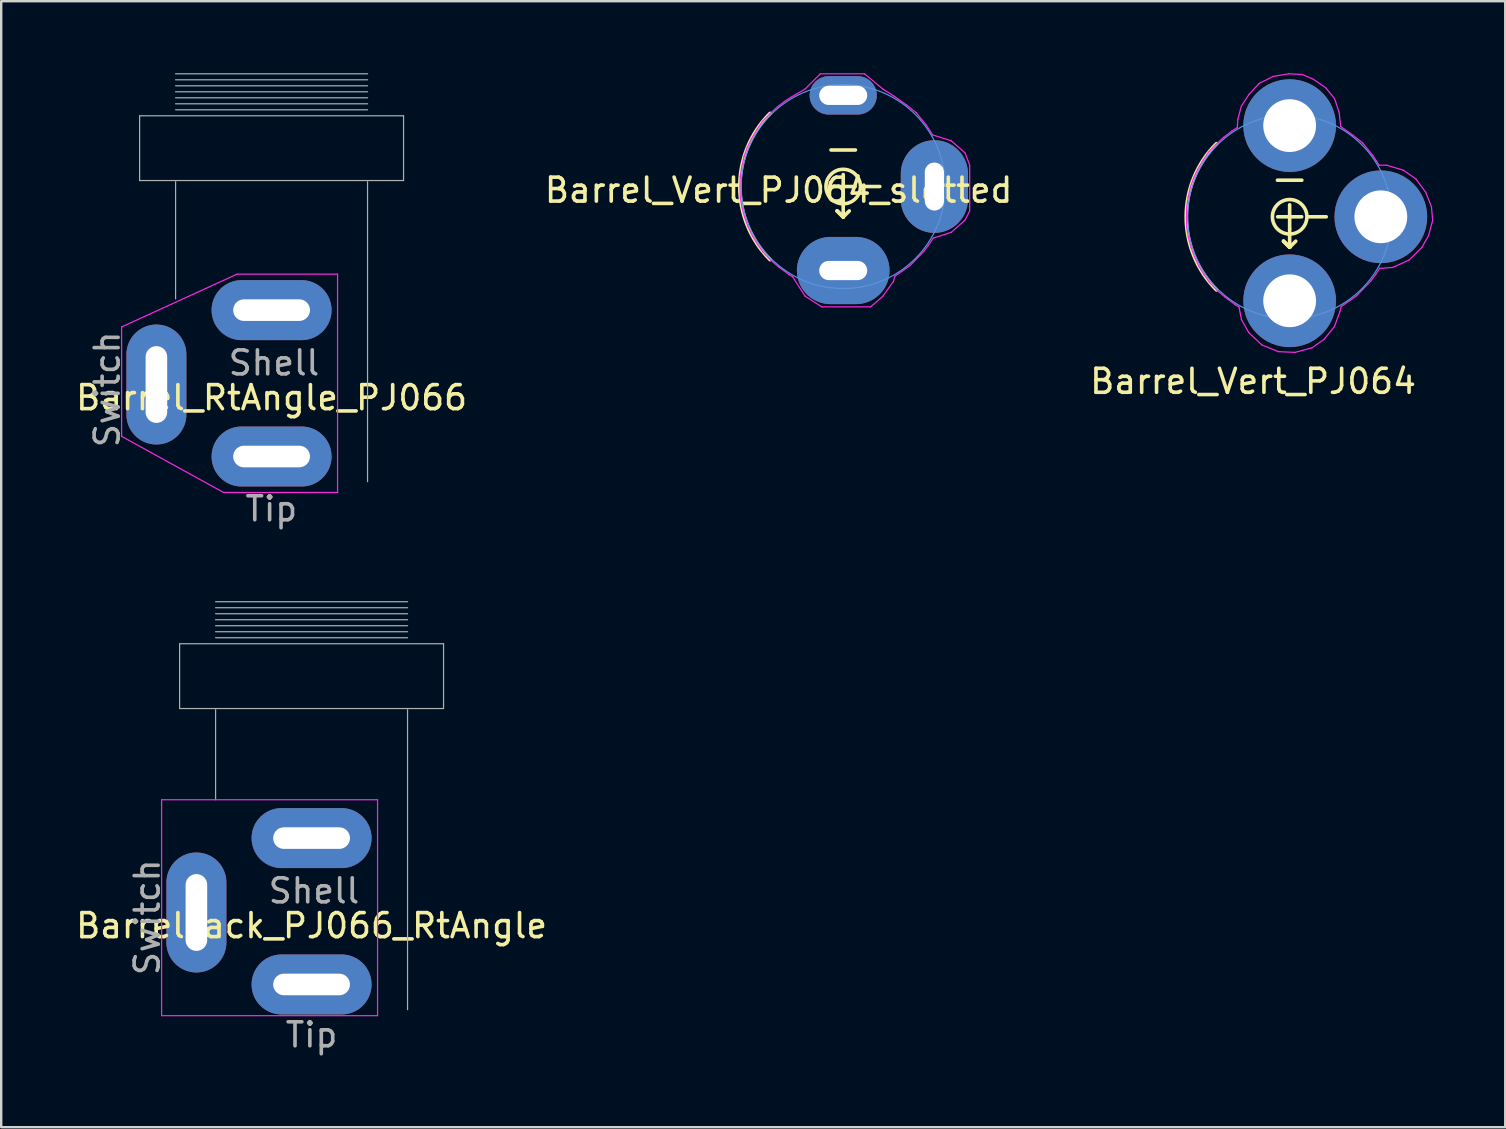
<source format=kicad_pcb>
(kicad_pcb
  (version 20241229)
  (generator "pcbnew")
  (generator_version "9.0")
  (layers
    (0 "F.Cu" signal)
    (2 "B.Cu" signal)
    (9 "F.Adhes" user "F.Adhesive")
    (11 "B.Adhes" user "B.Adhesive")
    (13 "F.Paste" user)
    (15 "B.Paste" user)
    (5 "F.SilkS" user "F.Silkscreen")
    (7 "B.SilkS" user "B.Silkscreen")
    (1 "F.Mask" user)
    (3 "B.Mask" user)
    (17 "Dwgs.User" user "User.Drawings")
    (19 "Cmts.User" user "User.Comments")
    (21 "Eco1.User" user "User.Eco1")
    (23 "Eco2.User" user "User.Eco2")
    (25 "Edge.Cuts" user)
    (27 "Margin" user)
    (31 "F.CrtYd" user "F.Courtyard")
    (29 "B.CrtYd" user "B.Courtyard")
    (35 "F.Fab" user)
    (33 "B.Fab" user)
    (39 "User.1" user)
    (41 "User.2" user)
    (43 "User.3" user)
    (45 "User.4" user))
  (footprint "BarrelJack_PJ066_RtAngle"
    (layer "F.Cu")
    (at 9.935 23.778)
    (property "Reference" "BarrelJack_PJ066_RtAngle" (at 0 11.75 0) (layer "F.SilkS") (effects (font (size 1 1) (thickness 0.15))))
    (attr through_hole)
    (fp_line (start -6.25 6.5) (end 2.75 6.5) (stroke (width 0.05) (type solid)) (layer "F.CrtYd"))
    (fp_line (start -6.25 15.5) (end -6.25 6.5) (stroke (width 0.05) (type solid)) (layer "F.CrtYd"))
    (fp_line (start 2.75 6.5) (end 2.75 15.5) (stroke (width 0.05) (type solid)) (layer "F.CrtYd"))
    (fp_line (start 2.75 15.5) (end -6.25 15.5) (stroke (width 0.05) (type solid)) (layer "F.CrtYd"))
    (fp_line (start -5.5 0) (end -5.5 2.7) (stroke (width 0.05) (type solid)) (layer "F.Fab"))
    (fp_line (start -5.5 0) (end 5.5 0) (stroke (width 0.05) (type solid)) (layer "F.Fab"))
    (fp_line (start -5.5 2.7) (end 5.5 2.7) (stroke (width 0.05) (type solid)) (layer "F.Fab"))
    (fp_line (start -4 -1.75) (end 4 -1.75) (stroke (width 0.05) (type solid)) (layer "F.Fab"))
    (fp_line (start -4 -1.5) (end 4 -1.5) (stroke (width 0.05) (type solid)) (layer "F.Fab"))
    (fp_line (start -4 -1.25) (end 4 -1.25) (stroke (width 0.05) (type solid)) (layer "F.Fab"))
    (fp_line (start -4 -1) (end 4 -1) (stroke (width 0.05) (type solid)) (layer "F.Fab"))
    (fp_line (start -4 -0.75) (end 4 -0.75) (stroke (width 0.05) (type solid)) (layer "F.Fab"))
    (fp_line (start -4 -0.5) (end 4 -0.5) (stroke (width 0.05) (type solid)) (layer "F.Fab"))
    (fp_line (start -4 -0.25) (end 4 -0.25) (stroke (width 0.05) (type solid)) (layer "F.Fab"))
    (fp_line (start -4 2.75) (end -4 6.5) (stroke (width 0.05) (type solid)) (layer "F.Fab"))
    (fp_line (start 4 2.75) (end 4 15.25) (stroke (width 0.05) (type solid)) (layer "F.Fab"))
    (fp_line (start 5.5 0) (end 5.5 2.7) (stroke (width 0.05) (type solid)) (layer "F.Fab"))
    (fp_text user "Switch" (at -6.85 11.4 90) (layer "F.Fab") (effects (font (size 1 1) (thickness 0.15))))
    (fp_text user "Tip" (at 0 16.3 0) (layer "F.Fab") (effects (font (size 1 1) (thickness 0.15))))
    (fp_text user "Shell" (at 0.1 10.3 0) (layer "F.Fab") (effects (font (size 1 1) (thickness 0.15))))
    (pad "1" thru_hole oval (at 0 8.1) (size 5 2.5) (drill oval 3.2 0.9) (layers "*.Cu" "*.Mask"))
    (pad "2" thru_hole oval (at 0 14.2) (size 5 2.5) (drill oval 3.2 0.9) (layers "*.Cu" "*.Mask"))
    (pad "3" thru_hole oval (at -4.8 11.2 90) (size 5 2.5) (drill oval 3.2 0.9) (layers "*.Cu" "*.Mask")))
  (footprint "Barrel_RtAngle_PJ066"
    (layer "F.Cu")
    (at 8.268 1.775)
    (property "Reference" "Barrel_RtAngle_PJ066" (at 0 11.75 0) (layer "F.SilkS") (effects (font (size 1 1) (thickness 0.15))))
    (attr through_hole)
    (fp_line (start -6.25 8.8) (end -1.44 6.6) (stroke (width 0.05) (type solid)) (layer "F.CrtYd"))
    (fp_line (start -6.25 13.36) (end -6.25 8.8) (stroke (width 0.05) (type solid)) (layer "F.CrtYd"))
    (fp_line (start -2 15.7) (end -6.25 13.36) (stroke (width 0.05) (type solid)) (layer "F.CrtYd"))
    (fp_line (start -1.44 6.6) (end 2.75 6.6) (stroke (width 0.05) (type solid)) (layer "F.CrtYd"))
    (fp_line (start 2.75 6.6) (end 2.75 15.7) (stroke (width 0.05) (type solid)) (layer "F.CrtYd"))
    (fp_line (start 2.75 15.7) (end -2 15.7) (stroke (width 0.05) (type solid)) (layer "F.CrtYd"))
    (fp_line (start -5.5 0) (end -5.5 2.7) (stroke (width 0.05) (type solid)) (layer "F.Fab"))
    (fp_line (start -5.5 0) (end 5.5 0) (stroke (width 0.05) (type solid)) (layer "F.Fab"))
    (fp_line (start -5.5 2.7) (end 5.5 2.7) (stroke (width 0.05) (type solid)) (layer "F.Fab"))
    (fp_line (start -4 -1.75) (end 4 -1.75) (stroke (width 0.05) (type solid)) (layer "F.Fab"))
    (fp_line (start -4 -1.5) (end 4 -1.5) (stroke (width 0.05) (type solid)) (layer "F.Fab"))
    (fp_line (start -4 -1.25) (end 4 -1.25) (stroke (width 0.05) (type solid)) (layer "F.Fab"))
    (fp_line (start -4 -1) (end 4 -1) (stroke (width 0.05) (type solid)) (layer "F.Fab"))
    (fp_line (start -4 -0.75) (end 4 -0.75) (stroke (width 0.05) (type solid)) (layer "F.Fab"))
    (fp_line (start -4 -0.5) (end 4 -0.5) (stroke (width 0.05) (type solid)) (layer "F.Fab"))
    (fp_line (start -4 -0.25) (end 4 -0.25) (stroke (width 0.05) (type solid)) (layer "F.Fab"))
    (fp_line (start -4 2.75) (end -4 7.63) (stroke (width 0.05) (type solid)) (layer "F.Fab"))
    (fp_line (start 4 2.75) (end 4 15.25) (stroke (width 0.05) (type solid)) (layer "F.Fab"))
    (fp_line (start 5.5 0) (end 5.5 2.7) (stroke (width 0.05) (type solid)) (layer "F.Fab"))
    (fp_text user "Shell" (at 0.1 10.3 0) (layer "F.Fab") (effects (font (size 1 1) (thickness 0.15))))
    (fp_text user "Tip" (at -0.01 16.38 0) (layer "F.Fab") (effects (font (size 1 1) (thickness 0.15))))
    (fp_text user "Switch" (at -6.85 11.4 90) (layer "F.Fab") (effects (font (size 1 1) (thickness 0.15))))
    (pad "1" thru_hole oval (at 0 8.1) (size 5 2.5) (drill oval 3.2 0.9) (layers "*.Cu" "*.Mask"))
    (pad "2" thru_hole oval (at 0 14.2) (size 5 2.5) (drill oval 3.2 0.9) (layers "*.Cu" "*.Mask"))
    (pad "3" thru_hole oval (at -4.8 11.2 90) (size 5 2.5) (drill oval 3.2 0.9) (layers "*.Cu" "*.Mask")))
  (footprint "Barrel_Vert_PJ064_slotted"
    (layer "F.Cu")
    (at 32.091 4.724)
    (property "Reference" "Barrel_Vert_PJ064_slotted" (at -2.692 0.152 0) (layer "F.SilkS") (effects (font (size 1 1) (thickness 0.15))))
    (attr smd)
    (fp_line (start -0.508 -1.524) (end 0.508 -1.524) (stroke (width 0.15) (type solid)) (layer "F.SilkS"))
    (fp_line (start -0.254 1.016) (end 0 1.27) (stroke (width 0.15) (type solid)) (layer "F.SilkS"))
    (fp_line (start 0 0.5) (end 0 -0.5) (stroke (width 0.15) (type solid)) (layer "F.SilkS"))
    (fp_line (start 0 0.508) (end 0 1.27) (stroke (width 0.15) (type solid)) (layer "F.SilkS"))
    (fp_line (start 0 1.27) (end -0.254 1.016) (stroke (width 0.15) (type solid)) (layer "F.SilkS"))
    (fp_line (start 0 1.27) (end -0.254 1.016) (stroke (width 0.15) (type solid)) (layer "F.SilkS"))
    (fp_line (start 0 1.27) (end 0.254 1.016) (stroke (width 0.15) (type solid)) (layer "F.SilkS"))
    (fp_line (start 0.5 0) (end -0.5 0) (stroke (width 0.15) (type solid)) (layer "F.SilkS"))
    (fp_line (start 0.762 0) (end 1.524 0) (stroke (width 0.15) (type solid)) (layer "F.SilkS"))
    (fp_arc (start -3.048 3.048) (mid -4.310523 0) (end -3.048 -3.048) (stroke (width 0.15) (type solid)) (layer "F.SilkS"))
    (fp_circle (center 0 0) (end -0.508 -0.508) (stroke (width 0.15) (type solid)) (fill no) (layer "F.SilkS"))
    (fp_circle (center 0 0) (end -4.25 0) (stroke (width 0.05) (type solid)) (fill no) (layer "Cmts.User"))
    (fp_line (start -4.3 0.02) (end -4.29 0.44) (stroke (width 0.05) (type solid)) (layer "F.CrtYd"))
    (fp_line (start -4.29 -0.41) (end -4.3 0.02) (stroke (width 0.05) (type solid)) (layer "F.CrtYd"))
    (fp_line (start -4.29 0.44) (end -4.22 0.86) (stroke (width 0.05) (type solid)) (layer "F.CrtYd"))
    (fp_line (start -4.23 -0.81) (end -4.29 -0.41) (stroke (width 0.05) (type solid)) (layer "F.CrtYd"))
    (fp_line (start -4.22 0.86) (end -4.11 1.28) (stroke (width 0.05) (type solid)) (layer "F.CrtYd"))
    (fp_line (start -4.13 -1.26) (end -4.23 -0.81) (stroke (width 0.05) (type solid)) (layer "F.CrtYd"))
    (fp_line (start -4.11 1.28) (end -3.97 1.66) (stroke (width 0.05) (type solid)) (layer "F.CrtYd"))
    (fp_line (start -4 -1.62) (end -4.13 -1.26) (stroke (width 0.05) (type solid)) (layer "F.CrtYd"))
    (fp_line (start -3.97 1.66) (end -3.78 2.07) (stroke (width 0.05) (type solid)) (layer "F.CrtYd"))
    (fp_line (start -3.83 -1.98) (end -4 -1.62) (stroke (width 0.05) (type solid)) (layer "F.CrtYd"))
    (fp_line (start -3.78 2.07) (end -3.57 2.41) (stroke (width 0.05) (type solid)) (layer "F.CrtYd"))
    (fp_line (start -3.6 -2.37) (end -3.83 -1.98) (stroke (width 0.05) (type solid)) (layer "F.CrtYd"))
    (fp_line (start -3.57 2.41) (end -3.35 2.72) (stroke (width 0.05) (type solid)) (layer "F.CrtYd"))
    (fp_line (start -3.36 -2.72) (end -3.6 -2.37) (stroke (width 0.05) (type solid)) (layer "F.CrtYd"))
    (fp_line (start -3.35 2.72) (end -3.01 3.08) (stroke (width 0.05) (type solid)) (layer "F.CrtYd"))
    (fp_line (start -3.05 -3.04) (end -3.36 -2.72) (stroke (width 0.05) (type solid)) (layer "F.CrtYd"))
    (fp_line (start -3.01 3.08) (end -2.69 3.35) (stroke (width 0.05) (type solid)) (layer "F.CrtYd"))
    (fp_line (start -2.73 -3.33) (end -3.05 -3.04) (stroke (width 0.05) (type solid)) (layer "F.CrtYd"))
    (fp_line (start -2.69 3.35) (end -2.26 3.67) (stroke (width 0.05) (type solid)) (layer "F.CrtYd"))
    (fp_line (start -2.4 -3.58) (end -2.73 -3.33) (stroke (width 0.05) (type solid)) (layer "F.CrtYd"))
    (fp_line (start -2.26 3.67) (end -2.11 3.76) (stroke (width 0.05) (type solid)) (layer "F.CrtYd"))
    (fp_line (start -2.18 -3.72) (end -2.4 -3.58) (stroke (width 0.05) (type solid)) (layer "F.CrtYd"))
    (fp_line (start -2.11 3.76) (end -1.587 4.572) (stroke (width 0.05) (type solid)) (layer "F.CrtYd"))
    (fp_line (start -1.587 -4.064) (end -2.18 -3.72) (stroke (width 0.05) (type solid)) (layer "F.CrtYd"))
    (fp_line (start -1.587 4.572) (end -0.889 5.016) (stroke (width 0.05) (type solid)) (layer "F.CrtYd"))
    (fp_line (start -0.953 -4.699) (end -1.587 -4.064) (stroke (width 0.05) (type solid)) (layer "F.CrtYd"))
    (fp_line (start -0.889 5.016) (end 1.143 5.016) (stroke (width 0.05) (type solid)) (layer "F.CrtYd"))
    (fp_line (start 0.889 -4.699) (end -0.953 -4.699) (stroke (width 0.05) (type solid)) (layer "F.CrtYd"))
    (fp_line (start 1.143 5.016) (end 1.651 4.572) (stroke (width 0.05) (type solid)) (layer "F.CrtYd"))
    (fp_line (start 1.651 -4.064) (end 0.889 -4.699) (stroke (width 0.05) (type solid)) (layer "F.CrtYd"))
    (fp_line (start 1.651 4.57) (end 2.09 3.96) (stroke (width 0.05) (type solid)) (layer "F.CrtYd"))
    (fp_line (start 2.09 3.96) (end 2.15 3.74) (stroke (width 0.05) (type solid)) (layer "F.CrtYd"))
    (fp_line (start 2.13 -3.76) (end 1.651 -4.064) (stroke (width 0.05) (type solid)) (layer "F.CrtYd"))
    (fp_line (start 2.15 3.74) (end 2.79 3.29) (stroke (width 0.05) (type solid)) (layer "F.CrtYd"))
    (fp_line (start 2.65 -3.39) (end 2.13 -3.76) (stroke (width 0.05) (type solid)) (layer "F.CrtYd"))
    (fp_line (start 2.79 3.29) (end 3.38 2.68) (stroke (width 0.05) (type solid)) (layer "F.CrtYd"))
    (fp_line (start 3.04 -3.08) (end 2.65 -3.39) (stroke (width 0.05) (type solid)) (layer "F.CrtYd"))
    (fp_line (start 3.38 2.68) (end 3.6 2.38) (stroke (width 0.05) (type solid)) (layer "F.CrtYd"))
    (fp_line (start 3.46 -2.56) (end 3.04 -3.08) (stroke (width 0.05) (type solid)) (layer "F.CrtYd"))
    (fp_line (start 3.6 2.38) (end 3.75 2.15) (stroke (width 0.05) (type solid)) (layer "F.CrtYd"))
    (fp_line (start 3.73 -2.15) (end 3.46 -2.56) (stroke (width 0.05) (type solid)) (layer "F.CrtYd"))
    (fp_line (start 3.75 2.15) (end 4.508 1.905) (stroke (width 0.05) (type solid)) (layer "F.CrtYd"))
    (fp_line (start 4.508 -1.905) (end 3.73 -2.15) (stroke (width 0.05) (type solid)) (layer "F.CrtYd"))
    (fp_line (start 4.508 1.905) (end 5.08 1.397) (stroke (width 0.05) (type solid)) (layer "F.CrtYd"))
    (fp_line (start 5.08 -1.397) (end 4.508 -1.905) (stroke (width 0.05) (type solid)) (layer "F.CrtYd"))
    (fp_line (start 5.08 1.397) (end 5.271 1.016) (stroke (width 0.05) (type solid)) (layer "F.CrtYd"))
    (fp_line (start 5.271 -0.889) (end 5.08 -1.397) (stroke (width 0.05) (type solid)) (layer "F.CrtYd"))
    (fp_line (start 5.271 1.016) (end 5.271 -0.889) (stroke (width 0.05) (type solid)) (layer "F.CrtYd"))
    (pad "1" thru_hole oval (at 0 3.5) (size 3.861 2.8) (drill oval 2 0.8) (layers "*.Cu" "*.Mask"))
    (pad "2" thru_hole oval (at 3.8 0) (size 2.8 3.861) (drill oval 0.8 2) (layers "*.Cu" "*.Mask"))
    (pad "3" thru_hole oval (at 0 -3.8) (size 2.8 1.6) (drill oval 2 0.8) (layers "*.Cu" "*.Mask")))
  (footprint "Barrel_Vert_PJ064"
    (layer "F.Cu")
    (at 50.697 5.985)
    (property "Reference" "Barrel_Vert_PJ064" (at -1.524 6.858 0) (layer "F.SilkS") (effects (font (size 1 1) (thickness 0.15))))
    (attr through_hole)
    (fp_line (start -0.508 -1.524) (end 0.508 -1.524) (stroke (width 0.15) (type solid)) (layer "F.SilkS"))
    (fp_line (start -0.254 1.016) (end 0 1.27) (stroke (width 0.15) (type solid)) (layer "F.SilkS"))
    (fp_line (start 0 0.5) (end 0 -0.5) (stroke (width 0.15) (type solid)) (layer "F.SilkS"))
    (fp_line (start 0 0.508) (end 0 1.27) (stroke (width 0.15) (type solid)) (layer "F.SilkS"))
    (fp_line (start 0 1.27) (end -0.254 1.016) (stroke (width 0.15) (type solid)) (layer "F.SilkS"))
    (fp_line (start 0 1.27) (end -0.254 1.016) (stroke (width 0.15) (type solid)) (layer "F.SilkS"))
    (fp_line (start 0 1.27) (end 0.254 1.016) (stroke (width 0.15) (type solid)) (layer "F.SilkS"))
    (fp_line (start 0.5 0) (end -0.5 0) (stroke (width 0.15) (type solid)) (layer "F.SilkS"))
    (fp_line (start 0.762 0) (end 1.524 0) (stroke (width 0.15) (type solid)) (layer "F.SilkS"))
    (fp_arc (start -3.048 3.048) (mid -4.310523 0) (end -3.048 -3.048) (stroke (width 0.15) (type solid)) (layer "F.SilkS"))
    (fp_circle (center 0 0) (end -0.508 -0.508) (stroke (width 0.15) (type solid)) (fill no) (layer "F.SilkS"))
    (fp_circle (center 0 0) (end -4.25 0) (stroke (width 0.05) (type solid)) (fill no) (layer "Cmts.User"))
    (fp_line (start -4.3 0.02) (end -4.29 0.44) (stroke (width 0.05) (type solid)) (layer "F.CrtYd"))
    (fp_line (start -4.29 -0.41) (end -4.3 0.02) (stroke (width 0.05) (type solid)) (layer "F.CrtYd"))
    (fp_line (start -4.29 0.44) (end -4.22 0.86) (stroke (width 0.05) (type solid)) (layer "F.CrtYd"))
    (fp_line (start -4.23 -0.81) (end -4.29 -0.41) (stroke (width 0.05) (type solid)) (layer "F.CrtYd"))
    (fp_line (start -4.22 0.86) (end -4.11 1.28) (stroke (width 0.05) (type solid)) (layer "F.CrtYd"))
    (fp_line (start -4.13 -1.26) (end -4.23 -0.81) (stroke (width 0.05) (type solid)) (layer "F.CrtYd"))
    (fp_line (start -4.11 1.28) (end -3.97 1.66) (stroke (width 0.05) (type solid)) (layer "F.CrtYd"))
    (fp_line (start -4 -1.62) (end -4.13 -1.26) (stroke (width 0.05) (type solid)) (layer "F.CrtYd"))
    (fp_line (start -3.97 1.66) (end -3.78 2.07) (stroke (width 0.05) (type solid)) (layer "F.CrtYd"))
    (fp_line (start -3.83 -1.98) (end -4 -1.62) (stroke (width 0.05) (type solid)) (layer "F.CrtYd"))
    (fp_line (start -3.78 2.07) (end -3.57 2.41) (stroke (width 0.05) (type solid)) (layer "F.CrtYd"))
    (fp_line (start -3.6 -2.37) (end -3.83 -1.98) (stroke (width 0.05) (type solid)) (layer "F.CrtYd"))
    (fp_line (start -3.57 2.41) (end -3.35 2.72) (stroke (width 0.05) (type solid)) (layer "F.CrtYd"))
    (fp_line (start -3.36 -2.72) (end -3.6 -2.37) (stroke (width 0.05) (type solid)) (layer "F.CrtYd"))
    (fp_line (start -3.35 2.72) (end -3.01 3.08) (stroke (width 0.05) (type solid)) (layer "F.CrtYd"))
    (fp_line (start -3.05 -3.04) (end -3.36 -2.72) (stroke (width 0.05) (type solid)) (layer "F.CrtYd"))
    (fp_line (start -3.01 3.08) (end -2.69 3.35) (stroke (width 0.05) (type solid)) (layer "F.CrtYd"))
    (fp_line (start -2.73 -3.33) (end -3.05 -3.04) (stroke (width 0.05) (type solid)) (layer "F.CrtYd"))
    (fp_line (start -2.69 3.35) (end -2.26 3.67) (stroke (width 0.05) (type solid)) (layer "F.CrtYd"))
    (fp_line (start -2.4 -3.58) (end -2.73 -3.33) (stroke (width 0.05) (type solid)) (layer "F.CrtYd"))
    (fp_line (start -2.26 3.67) (end -2.11 3.76) (stroke (width 0.05) (type solid)) (layer "F.CrtYd"))
    (fp_line (start -2.18 -3.72) (end -2.4 -3.58) (stroke (width 0.05) (type solid)) (layer "F.CrtYd"))
    (fp_line (start -2.16 -4.07) (end -2.18 -3.72) (stroke (width 0.05) (type solid)) (layer "F.CrtYd"))
    (fp_line (start -2.11 3.76) (end -2.01 4.28) (stroke (width 0.05) (type solid)) (layer "F.CrtYd"))
    (fp_line (start -2.01 -4.62) (end -2.16 -4.07) (stroke (width 0.05) (type solid)) (layer "F.CrtYd"))
    (fp_line (start -2.01 4.28) (end -1.71 4.82) (stroke (width 0.05) (type solid)) (layer "F.CrtYd"))
    (fp_line (start -1.71 4.82) (end -1.16 5.34) (stroke (width 0.05) (type solid)) (layer "F.CrtYd"))
    (fp_line (start -1.68 -5.12) (end -2.01 -4.62) (stroke (width 0.05) (type solid)) (layer "F.CrtYd"))
    (fp_line (start -1.27 -5.56) (end -1.68 -5.12) (stroke (width 0.05) (type solid)) (layer "F.CrtYd"))
    (fp_line (start -1.16 5.34) (end -0.47 5.62) (stroke (width 0.05) (type solid)) (layer "F.CrtYd"))
    (fp_line (start -0.69 -5.85) (end -1.27 -5.56) (stroke (width 0.05) (type solid)) (layer "F.CrtYd"))
    (fp_line (start -0.47 5.62) (end 0.23 5.65) (stroke (width 0.05) (type solid)) (layer "F.CrtYd"))
    (fp_line (start -0.04 -5.96) (end -0.69 -5.85) (stroke (width 0.05) (type solid)) (layer "F.CrtYd"))
    (fp_line (start 0.23 5.65) (end 0.93 5.46) (stroke (width 0.05) (type solid)) (layer "F.CrtYd"))
    (fp_line (start 0.53 -5.93) (end -0.04 -5.96) (stroke (width 0.05) (type solid)) (layer "F.CrtYd"))
    (fp_line (start 0.93 5.46) (end 1.44 5.1) (stroke (width 0.05) (type solid)) (layer "F.CrtYd"))
    (fp_line (start 0.99 -5.73) (end 0.53 -5.93) (stroke (width 0.05) (type solid)) (layer "F.CrtYd"))
    (fp_line (start 1.44 5.1) (end 1.87 4.57) (stroke (width 0.05) (type solid)) (layer "F.CrtYd"))
    (fp_line (start 1.5 -5.38) (end 0.99 -5.73) (stroke (width 0.05) (type solid)) (layer "F.CrtYd"))
    (fp_line (start 1.87 -4.93) (end 1.5 -5.38) (stroke (width 0.05) (type solid)) (layer "F.CrtYd"))
    (fp_line (start 1.87 4.57) (end 2.09 3.96) (stroke (width 0.05) (type solid)) (layer "F.CrtYd"))
    (fp_line (start 2.06 -4.36) (end 1.87 -4.93) (stroke (width 0.05) (type solid)) (layer "F.CrtYd"))
    (fp_line (start 2.09 3.96) (end 2.15 3.74) (stroke (width 0.05) (type solid)) (layer "F.CrtYd"))
    (fp_line (start 2.13 -3.76) (end 2.06 -4.36) (stroke (width 0.05) (type solid)) (layer "F.CrtYd"))
    (fp_line (start 2.15 3.74) (end 2.79 3.29) (stroke (width 0.05) (type solid)) (layer "F.CrtYd"))
    (fp_line (start 2.65 -3.39) (end 2.13 -3.76) (stroke (width 0.05) (type solid)) (layer "F.CrtYd"))
    (fp_line (start 2.79 3.29) (end 3.38 2.68) (stroke (width 0.05) (type solid)) (layer "F.CrtYd"))
    (fp_line (start 3.04 -3.08) (end 2.65 -3.39) (stroke (width 0.05) (type solid)) (layer "F.CrtYd"))
    (fp_line (start 3.38 2.68) (end 3.6 2.38) (stroke (width 0.05) (type solid)) (layer "F.CrtYd"))
    (fp_line (start 3.46 -2.56) (end 3.04 -3.08) (stroke (width 0.05) (type solid)) (layer "F.CrtYd"))
    (fp_line (start 3.6 2.38) (end 3.75 2.15) (stroke (width 0.05) (type solid)) (layer "F.CrtYd"))
    (fp_line (start 3.73 -2.15) (end 3.46 -2.56) (stroke (width 0.05) (type solid)) (layer "F.CrtYd"))
    (fp_line (start 3.75 2.15) (end 4.3 2.11) (stroke (width 0.05) (type solid)) (layer "F.CrtYd"))
    (fp_line (start 4.05 -2.15) (end 3.73 -2.15) (stroke (width 0.05) (type solid)) (layer "F.CrtYd"))
    (fp_line (start 4.3 2.11) (end 4.98 1.8) (stroke (width 0.05) (type solid)) (layer "F.CrtYd"))
    (fp_line (start 4.74 -1.94) (end 4.05 -2.15) (stroke (width 0.05) (type solid)) (layer "F.CrtYd"))
    (fp_line (start 4.98 1.8) (end 5.51 1.28) (stroke (width 0.05) (type solid)) (layer "F.CrtYd"))
    (fp_line (start 5.26 -1.58) (end 4.74 -1.94) (stroke (width 0.05) (type solid)) (layer "F.CrtYd"))
    (fp_line (start 5.51 1.28) (end 5.79 0.78) (stroke (width 0.05) (type solid)) (layer "F.CrtYd"))
    (fp_line (start 5.67 -1.02) (end 5.26 -1.58) (stroke (width 0.05) (type solid)) (layer "F.CrtYd"))
    (fp_line (start 5.79 0.78) (end 5.96 0.15) (stroke (width 0.05) (type solid)) (layer "F.CrtYd"))
    (fp_line (start 5.91 -0.42) (end 5.67 -1.02) (stroke (width 0.05) (type solid)) (layer "F.CrtYd"))
    (fp_line (start 5.96 0.15) (end 5.91 -0.42) (stroke (width 0.05) (type solid)) (layer "F.CrtYd"))
    (pad "1" thru_hole circle (at 0 3.5) (size 3.861 3.861) (drill 2.2) (layers "*.Cu" "*.Mask"))
    (pad "2" thru_hole circle (at 3.8 0) (size 3.861 3.861) (drill 2.2) (layers "*.Cu" "*.Mask"))
    (pad "3" thru_hole circle (at 0 -3.8) (size 3.861 3.861) (drill 2.2) (layers "*.Cu" "*.Mask")))
  (gr_rect
    (start -3 -3)
    (end 59.682 43.926)
    (stroke (width 0.1) (type default))
    (fill no)
    (layer "Edge.Cuts")))
</source>
